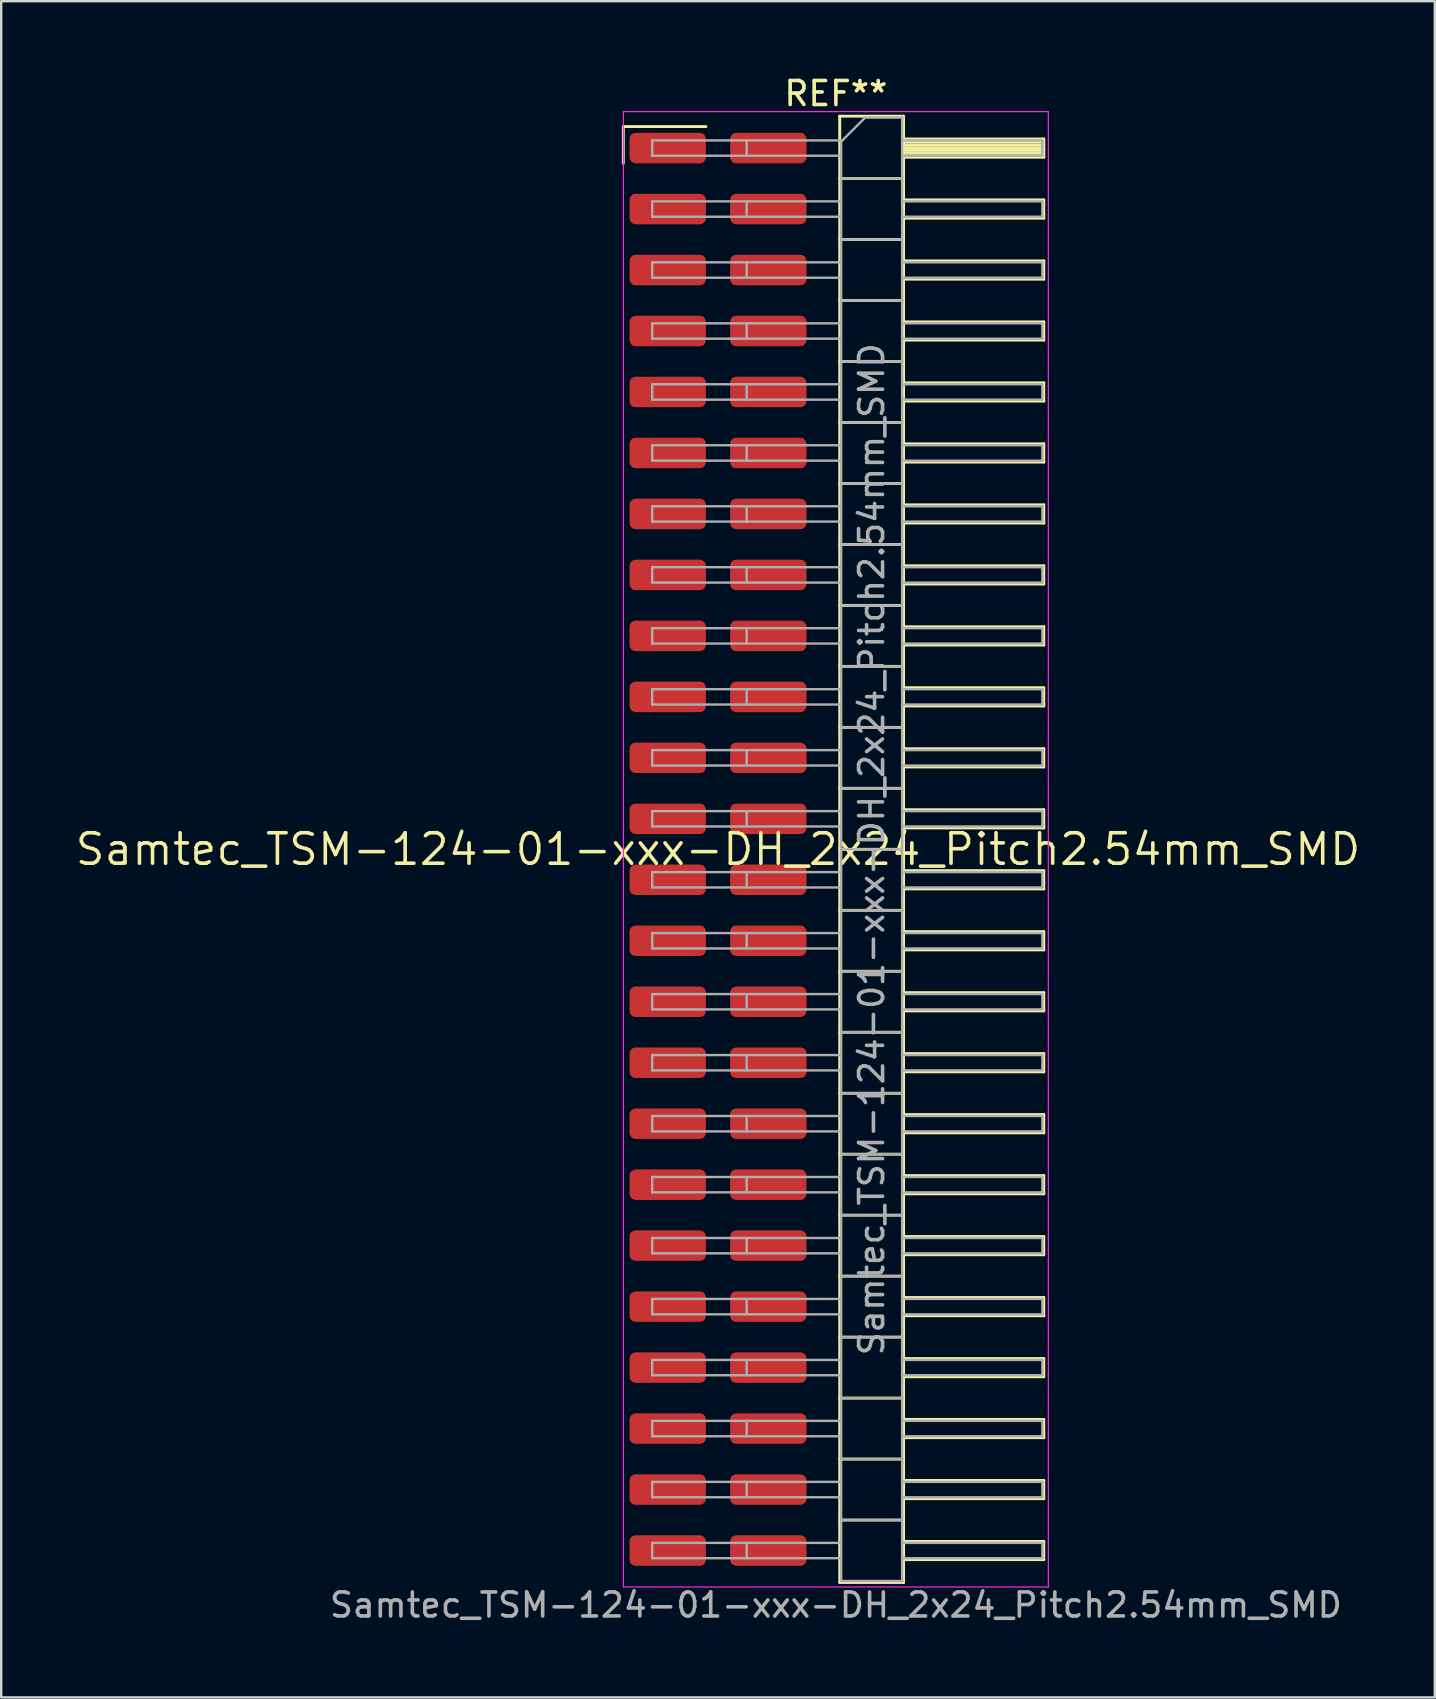
<source format=kicad_pcb>
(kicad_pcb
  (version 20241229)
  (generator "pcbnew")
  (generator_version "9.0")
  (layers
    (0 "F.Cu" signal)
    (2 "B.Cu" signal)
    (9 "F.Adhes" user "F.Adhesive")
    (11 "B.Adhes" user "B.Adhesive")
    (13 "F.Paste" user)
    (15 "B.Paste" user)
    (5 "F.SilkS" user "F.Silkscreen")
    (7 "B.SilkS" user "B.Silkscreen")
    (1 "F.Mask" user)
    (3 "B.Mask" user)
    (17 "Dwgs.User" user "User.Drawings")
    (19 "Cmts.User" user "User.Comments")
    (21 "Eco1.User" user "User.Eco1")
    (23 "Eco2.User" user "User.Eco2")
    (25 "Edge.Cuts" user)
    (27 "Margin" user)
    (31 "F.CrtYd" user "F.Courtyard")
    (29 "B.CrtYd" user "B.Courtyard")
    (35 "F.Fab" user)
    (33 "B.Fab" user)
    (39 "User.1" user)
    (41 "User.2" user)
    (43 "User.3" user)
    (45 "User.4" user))
  (footprint "Samtec_TSM-124-01-xxx-DH_2x24_Pitch2.54mm_SMD"
    (layer "F.Cu")
    (at 26.859 32.328)
    (property "Reference" "Samtec_TSM-124-01-xxx-DH_2x24_Pitch2.54mm_SMD" (at 0 0 0) (layer "F.SilkS") (effects (font (size 1.27 1.27) (thickness 0.15))))
    (attr smd)
    (fp_line (start -3.945 -30.105) (end -0.505 -30.105) (stroke (width 0.12) (type solid)) (layer "F.SilkS"))
    (fp_line (start -3.945 -28.575) (end -3.945 -30.105) (stroke (width 0.12) (type solid)) (layer "F.SilkS"))
    (fp_line (start 5.07 -30.54) (end 7.73 -30.54) (stroke (width 0.12) (type solid)) (layer "F.SilkS"))
    (fp_line (start 5.07 -27.94) (end 7.73 -27.94) (stroke (width 0.12) (type solid)) (layer "F.SilkS"))
    (fp_line (start 5.07 -25.4) (end 7.73 -25.4) (stroke (width 0.12) (type solid)) (layer "F.SilkS"))
    (fp_line (start 5.07 -22.86) (end 7.73 -22.86) (stroke (width 0.12) (type solid)) (layer "F.SilkS"))
    (fp_line (start 5.07 -20.32) (end 7.73 -20.32) (stroke (width 0.12) (type solid)) (layer "F.SilkS"))
    (fp_line (start 5.07 -17.78) (end 7.73 -17.78) (stroke (width 0.12) (type solid)) (layer "F.SilkS"))
    (fp_line (start 5.07 -15.24) (end 7.73 -15.24) (stroke (width 0.12) (type solid)) (layer "F.SilkS"))
    (fp_line (start 5.07 -12.7) (end 7.73 -12.7) (stroke (width 0.12) (type solid)) (layer "F.SilkS"))
    (fp_line (start 5.07 -10.16) (end 7.73 -10.16) (stroke (width 0.12) (type solid)) (layer "F.SilkS"))
    (fp_line (start 5.07 -7.62) (end 7.73 -7.62) (stroke (width 0.12) (type solid)) (layer "F.SilkS"))
    (fp_line (start 5.07 -5.08) (end 7.73 -5.08) (stroke (width 0.12) (type solid)) (layer "F.SilkS"))
    (fp_line (start 5.07 -2.54) (end 7.73 -2.54) (stroke (width 0.12) (type solid)) (layer "F.SilkS"))
    (fp_line (start 5.07 0) (end 7.73 0) (stroke (width 0.12) (type solid)) (layer "F.SilkS"))
    (fp_line (start 5.07 2.54) (end 7.73 2.54) (stroke (width 0.12) (type solid)) (layer "F.SilkS"))
    (fp_line (start 5.07 5.08) (end 7.73 5.08) (stroke (width 0.12) (type solid)) (layer "F.SilkS"))
    (fp_line (start 5.07 7.62) (end 7.73 7.62) (stroke (width 0.12) (type solid)) (layer "F.SilkS"))
    (fp_line (start 5.07 10.16) (end 7.73 10.16) (stroke (width 0.12) (type solid)) (layer "F.SilkS"))
    (fp_line (start 5.07 12.7) (end 7.73 12.7) (stroke (width 0.12) (type solid)) (layer "F.SilkS"))
    (fp_line (start 5.07 15.24) (end 7.73 15.24) (stroke (width 0.12) (type solid)) (layer "F.SilkS"))
    (fp_line (start 5.07 17.78) (end 7.73 17.78) (stroke (width 0.12) (type solid)) (layer "F.SilkS"))
    (fp_line (start 5.07 20.32) (end 7.73 20.32) (stroke (width 0.12) (type solid)) (layer "F.SilkS"))
    (fp_line (start 5.07 22.86) (end 7.73 22.86) (stroke (width 0.12) (type solid)) (layer "F.SilkS"))
    (fp_line (start 5.07 25.4) (end 7.73 25.4) (stroke (width 0.12) (type solid)) (layer "F.SilkS"))
    (fp_line (start 5.07 27.94) (end 7.73 27.94) (stroke (width 0.12) (type solid)) (layer "F.SilkS"))
    (fp_line (start 5.07 30.54) (end 5.07 -30.54) (stroke (width 0.12) (type solid)) (layer "F.SilkS"))
    (fp_line (start 7.73 -30.54) (end 7.73 30.54) (stroke (width 0.12) (type solid)) (layer "F.SilkS"))
    (fp_line (start 7.73 -29.59) (end 13.57 -29.59) (stroke (width 0.12) (type solid)) (layer "F.SilkS"))
    (fp_line (start 7.73 -29.47) (end 13.57 -29.47) (stroke (width 0.12) (type solid)) (layer "F.SilkS"))
    (fp_line (start 7.73 -29.35) (end 13.57 -29.35) (stroke (width 0.12) (type solid)) (layer "F.SilkS"))
    (fp_line (start 7.73 -29.23) (end 13.57 -29.23) (stroke (width 0.12) (type solid)) (layer "F.SilkS"))
    (fp_line (start 7.73 -29.11) (end 13.57 -29.11) (stroke (width 0.12) (type solid)) (layer "F.SilkS"))
    (fp_line (start 7.73 -28.99) (end 13.57 -28.99) (stroke (width 0.12) (type solid)) (layer "F.SilkS"))
    (fp_line (start 7.73 -28.87) (end 13.57 -28.87) (stroke (width 0.12) (type solid)) (layer "F.SilkS"))
    (fp_line (start 7.73 -28.83) (end 13.57 -28.83) (stroke (width 0.12) (type solid)) (layer "F.SilkS"))
    (fp_line (start 7.73 -27.05) (end 13.57 -27.05) (stroke (width 0.12) (type solid)) (layer "F.SilkS"))
    (fp_line (start 7.73 -26.29) (end 13.57 -26.29) (stroke (width 0.12) (type solid)) (layer "F.SilkS"))
    (fp_line (start 7.73 -24.51) (end 13.57 -24.51) (stroke (width 0.12) (type solid)) (layer "F.SilkS"))
    (fp_line (start 7.73 -23.75) (end 13.57 -23.75) (stroke (width 0.12) (type solid)) (layer "F.SilkS"))
    (fp_line (start 7.73 -21.97) (end 13.57 -21.97) (stroke (width 0.12) (type solid)) (layer "F.SilkS"))
    (fp_line (start 7.73 -21.21) (end 13.57 -21.21) (stroke (width 0.12) (type solid)) (layer "F.SilkS"))
    (fp_line (start 7.73 -19.43) (end 13.57 -19.43) (stroke (width 0.12) (type solid)) (layer "F.SilkS"))
    (fp_line (start 7.73 -18.67) (end 13.57 -18.67) (stroke (width 0.12) (type solid)) (layer "F.SilkS"))
    (fp_line (start 7.73 -16.89) (end 13.57 -16.89) (stroke (width 0.12) (type solid)) (layer "F.SilkS"))
    (fp_line (start 7.73 -16.13) (end 13.57 -16.13) (stroke (width 0.12) (type solid)) (layer "F.SilkS"))
    (fp_line (start 7.73 -14.35) (end 13.57 -14.35) (stroke (width 0.12) (type solid)) (layer "F.SilkS"))
    (fp_line (start 7.73 -13.59) (end 13.57 -13.59) (stroke (width 0.12) (type solid)) (layer "F.SilkS"))
    (fp_line (start 7.73 -11.81) (end 13.57 -11.81) (stroke (width 0.12) (type solid)) (layer "F.SilkS"))
    (fp_line (start 7.73 -11.05) (end 13.57 -11.05) (stroke (width 0.12) (type solid)) (layer "F.SilkS"))
    (fp_line (start 7.73 -9.27) (end 13.57 -9.27) (stroke (width 0.12) (type solid)) (layer "F.SilkS"))
    (fp_line (start 7.73 -8.51) (end 13.57 -8.51) (stroke (width 0.12) (type solid)) (layer "F.SilkS"))
    (fp_line (start 7.73 -6.73) (end 13.57 -6.73) (stroke (width 0.12) (type solid)) (layer "F.SilkS"))
    (fp_line (start 7.73 -5.97) (end 13.57 -5.97) (stroke (width 0.12) (type solid)) (layer "F.SilkS"))
    (fp_line (start 7.73 -4.19) (end 13.57 -4.19) (stroke (width 0.12) (type solid)) (layer "F.SilkS"))
    (fp_line (start 7.73 -3.43) (end 13.57 -3.43) (stroke (width 0.12) (type solid)) (layer "F.SilkS"))
    (fp_line (start 7.73 -1.65) (end 13.57 -1.65) (stroke (width 0.12) (type solid)) (layer "F.SilkS"))
    (fp_line (start 7.73 -0.89) (end 13.57 -0.89) (stroke (width 0.12) (type solid)) (layer "F.SilkS"))
    (fp_line (start 7.73 0.89) (end 13.57 0.89) (stroke (width 0.12) (type solid)) (layer "F.SilkS"))
    (fp_line (start 7.73 1.65) (end 13.57 1.65) (stroke (width 0.12) (type solid)) (layer "F.SilkS"))
    (fp_line (start 7.73 3.43) (end 13.57 3.43) (stroke (width 0.12) (type solid)) (layer "F.SilkS"))
    (fp_line (start 7.73 4.19) (end 13.57 4.19) (stroke (width 0.12) (type solid)) (layer "F.SilkS"))
    (fp_line (start 7.73 5.97) (end 13.57 5.97) (stroke (width 0.12) (type solid)) (layer "F.SilkS"))
    (fp_line (start 7.73 6.73) (end 13.57 6.73) (stroke (width 0.12) (type solid)) (layer "F.SilkS"))
    (fp_line (start 7.73 8.51) (end 13.57 8.51) (stroke (width 0.12) (type solid)) (layer "F.SilkS"))
    (fp_line (start 7.73 9.27) (end 13.57 9.27) (stroke (width 0.12) (type solid)) (layer "F.SilkS"))
    (fp_line (start 7.73 11.05) (end 13.57 11.05) (stroke (width 0.12) (type solid)) (layer "F.SilkS"))
    (fp_line (start 7.73 11.81) (end 13.57 11.81) (stroke (width 0.12) (type solid)) (layer "F.SilkS"))
    (fp_line (start 7.73 13.59) (end 13.57 13.59) (stroke (width 0.12) (type solid)) (layer "F.SilkS"))
    (fp_line (start 7.73 14.35) (end 13.57 14.35) (stroke (width 0.12) (type solid)) (layer "F.SilkS"))
    (fp_line (start 7.73 16.13) (end 13.57 16.13) (stroke (width 0.12) (type solid)) (layer "F.SilkS"))
    (fp_line (start 7.73 16.89) (end 13.57 16.89) (stroke (width 0.12) (type solid)) (layer "F.SilkS"))
    (fp_line (start 7.73 18.67) (end 13.57 18.67) (stroke (width 0.12) (type solid)) (layer "F.SilkS"))
    (fp_line (start 7.73 19.43) (end 13.57 19.43) (stroke (width 0.12) (type solid)) (layer "F.SilkS"))
    (fp_line (start 7.73 21.21) (end 13.57 21.21) (stroke (width 0.12) (type solid)) (layer "F.SilkS"))
    (fp_line (start 7.73 21.97) (end 13.57 21.97) (stroke (width 0.12) (type solid)) (layer "F.SilkS"))
    (fp_line (start 7.73 23.75) (end 13.57 23.75) (stroke (width 0.12) (type solid)) (layer "F.SilkS"))
    (fp_line (start 7.73 24.51) (end 13.57 24.51) (stroke (width 0.12) (type solid)) (layer "F.SilkS"))
    (fp_line (start 7.73 26.29) (end 13.57 26.29) (stroke (width 0.12) (type solid)) (layer "F.SilkS"))
    (fp_line (start 7.73 27.05) (end 13.57 27.05) (stroke (width 0.12) (type solid)) (layer "F.SilkS"))
    (fp_line (start 7.73 28.83) (end 13.57 28.83) (stroke (width 0.12) (type solid)) (layer "F.SilkS"))
    (fp_line (start 7.73 29.59) (end 13.57 29.59) (stroke (width 0.12) (type solid)) (layer "F.SilkS"))
    (fp_line (start 7.73 30.54) (end 5.07 30.54) (stroke (width 0.12) (type solid)) (layer "F.SilkS"))
    (fp_line (start 13.57 -29.59) (end 13.57 -28.83) (stroke (width 0.12) (type solid)) (layer "F.SilkS"))
    (fp_line (start 13.57 -27.05) (end 13.57 -26.29) (stroke (width 0.12) (type solid)) (layer "F.SilkS"))
    (fp_line (start 13.57 -24.51) (end 13.57 -23.75) (stroke (width 0.12) (type solid)) (layer "F.SilkS"))
    (fp_line (start 13.57 -21.97) (end 13.57 -21.21) (stroke (width 0.12) (type solid)) (layer "F.SilkS"))
    (fp_line (start 13.57 -19.43) (end 13.57 -18.67) (stroke (width 0.12) (type solid)) (layer "F.SilkS"))
    (fp_line (start 13.57 -16.89) (end 13.57 -16.13) (stroke (width 0.12) (type solid)) (layer "F.SilkS"))
    (fp_line (start 13.57 -14.35) (end 13.57 -13.59) (stroke (width 0.12) (type solid)) (layer "F.SilkS"))
    (fp_line (start 13.57 -11.81) (end 13.57 -11.05) (stroke (width 0.12) (type solid)) (layer "F.SilkS"))
    (fp_line (start 13.57 -9.27) (end 13.57 -8.51) (stroke (width 0.12) (type solid)) (layer "F.SilkS"))
    (fp_line (start 13.57 -6.73) (end 13.57 -5.97) (stroke (width 0.12) (type solid)) (layer "F.SilkS"))
    (fp_line (start 13.57 -4.19) (end 13.57 -3.43) (stroke (width 0.12) (type solid)) (layer "F.SilkS"))
    (fp_line (start 13.57 -1.65) (end 13.57 -0.89) (stroke (width 0.12) (type solid)) (layer "F.SilkS"))
    (fp_line (start 13.57 0.89) (end 13.57 1.65) (stroke (width 0.12) (type solid)) (layer "F.SilkS"))
    (fp_line (start 13.57 3.43) (end 13.57 4.19) (stroke (width 0.12) (type solid)) (layer "F.SilkS"))
    (fp_line (start 13.57 5.97) (end 13.57 6.73) (stroke (width 0.12) (type solid)) (layer "F.SilkS"))
    (fp_line (start 13.57 8.51) (end 13.57 9.27) (stroke (width 0.12) (type solid)) (layer "F.SilkS"))
    (fp_line (start 13.57 11.05) (end 13.57 11.81) (stroke (width 0.12) (type solid)) (layer "F.SilkS"))
    (fp_line (start 13.57 13.59) (end 13.57 14.35) (stroke (width 0.12) (type solid)) (layer "F.SilkS"))
    (fp_line (start 13.57 16.13) (end 13.57 16.89) (stroke (width 0.12) (type solid)) (layer "F.SilkS"))
    (fp_line (start 13.57 18.67) (end 13.57 19.43) (stroke (width 0.12) (type solid)) (layer "F.SilkS"))
    (fp_line (start 13.57 21.21) (end 13.57 21.97) (stroke (width 0.12) (type solid)) (layer "F.SilkS"))
    (fp_line (start 13.57 23.75) (end 13.57 24.51) (stroke (width 0.12) (type solid)) (layer "F.SilkS"))
    (fp_line (start 13.57 26.29) (end 13.57 27.05) (stroke (width 0.12) (type solid)) (layer "F.SilkS"))
    (fp_line (start 13.57 28.83) (end 13.57 29.59) (stroke (width 0.12) (type solid)) (layer "F.SilkS"))
    (fp_line (start -3.94 -30.73) (end 13.76 -30.73) (stroke (width 0.05) (type solid)) (layer "F.CrtYd"))
    (fp_line (start -3.94 30.73) (end -3.94 -30.73) (stroke (width 0.05) (type solid)) (layer "F.CrtYd"))
    (fp_line (start 13.76 -30.73) (end 13.76 30.73) (stroke (width 0.05) (type solid)) (layer "F.CrtYd"))
    (fp_line (start 13.76 30.73) (end -3.94 30.73) (stroke (width 0.05) (type solid)) (layer "F.CrtYd"))
    (fp_line (start -2.74 -29.53) (end -2.74 -28.89) (stroke (width 0.1) (type solid)) (layer "F.Fab"))
    (fp_line (start -2.74 -29.53) (end 5.13 -29.53) (stroke (width 0.1) (type solid)) (layer "F.Fab"))
    (fp_line (start -2.74 -28.89) (end 5.13 -28.89) (stroke (width 0.1) (type solid)) (layer "F.Fab"))
    (fp_line (start -2.74 -26.99) (end -2.74 -26.35) (stroke (width 0.1) (type solid)) (layer "F.Fab"))
    (fp_line (start -2.74 -26.99) (end 5.13 -26.99) (stroke (width 0.1) (type solid)) (layer "F.Fab"))
    (fp_line (start -2.74 -26.35) (end 5.13 -26.35) (stroke (width 0.1) (type solid)) (layer "F.Fab"))
    (fp_line (start -2.74 -24.45) (end -2.74 -23.81) (stroke (width 0.1) (type solid)) (layer "F.Fab"))
    (fp_line (start -2.74 -24.45) (end 5.13 -24.45) (stroke (width 0.1) (type solid)) (layer "F.Fab"))
    (fp_line (start -2.74 -23.81) (end 5.13 -23.81) (stroke (width 0.1) (type solid)) (layer "F.Fab"))
    (fp_line (start -2.74 -21.91) (end -2.74 -21.27) (stroke (width 0.1) (type solid)) (layer "F.Fab"))
    (fp_line (start -2.74 -21.91) (end 5.13 -21.91) (stroke (width 0.1) (type solid)) (layer "F.Fab"))
    (fp_line (start -2.74 -21.27) (end 5.13 -21.27) (stroke (width 0.1) (type solid)) (layer "F.Fab"))
    (fp_line (start -2.74 -19.37) (end -2.74 -18.73) (stroke (width 0.1) (type solid)) (layer "F.Fab"))
    (fp_line (start -2.74 -19.37) (end 5.13 -19.37) (stroke (width 0.1) (type solid)) (layer "F.Fab"))
    (fp_line (start -2.74 -18.73) (end 5.13 -18.73) (stroke (width 0.1) (type solid)) (layer "F.Fab"))
    (fp_line (start -2.74 -16.83) (end -2.74 -16.19) (stroke (width 0.1) (type solid)) (layer "F.Fab"))
    (fp_line (start -2.74 -16.83) (end 5.13 -16.83) (stroke (width 0.1) (type solid)) (layer "F.Fab"))
    (fp_line (start -2.74 -16.19) (end 5.13 -16.19) (stroke (width 0.1) (type solid)) (layer "F.Fab"))
    (fp_line (start -2.74 -14.29) (end -2.74 -13.65) (stroke (width 0.1) (type solid)) (layer "F.Fab"))
    (fp_line (start -2.74 -14.29) (end 5.13 -14.29) (stroke (width 0.1) (type solid)) (layer "F.Fab"))
    (fp_line (start -2.74 -13.65) (end 5.13 -13.65) (stroke (width 0.1) (type solid)) (layer "F.Fab"))
    (fp_line (start -2.74 -11.75) (end -2.74 -11.11) (stroke (width 0.1) (type solid)) (layer "F.Fab"))
    (fp_line (start -2.74 -11.75) (end 5.13 -11.75) (stroke (width 0.1) (type solid)) (layer "F.Fab"))
    (fp_line (start -2.74 -11.11) (end 5.13 -11.11) (stroke (width 0.1) (type solid)) (layer "F.Fab"))
    (fp_line (start -2.74 -9.21) (end -2.74 -8.57) (stroke (width 0.1) (type solid)) (layer "F.Fab"))
    (fp_line (start -2.74 -9.21) (end 5.13 -9.21) (stroke (width 0.1) (type solid)) (layer "F.Fab"))
    (fp_line (start -2.74 -8.57) (end 5.13 -8.57) (stroke (width 0.1) (type solid)) (layer "F.Fab"))
    (fp_line (start -2.74 -6.67) (end -2.74 -6.03) (stroke (width 0.1) (type solid)) (layer "F.Fab"))
    (fp_line (start -2.74 -6.67) (end 5.13 -6.67) (stroke (width 0.1) (type solid)) (layer "F.Fab"))
    (fp_line (start -2.74 -6.03) (end 5.13 -6.03) (stroke (width 0.1) (type solid)) (layer "F.Fab"))
    (fp_line (start -2.74 -4.13) (end -2.74 -3.49) (stroke (width 0.1) (type solid)) (layer "F.Fab"))
    (fp_line (start -2.74 -4.13) (end 5.13 -4.13) (stroke (width 0.1) (type solid)) (layer "F.Fab"))
    (fp_line (start -2.74 -3.49) (end 5.13 -3.49) (stroke (width 0.1) (type solid)) (layer "F.Fab"))
    (fp_line (start -2.74 -1.59) (end -2.74 -0.95) (stroke (width 0.1) (type solid)) (layer "F.Fab"))
    (fp_line (start -2.74 -1.59) (end 5.13 -1.59) (stroke (width 0.1) (type solid)) (layer "F.Fab"))
    (fp_line (start -2.74 -0.95) (end 5.13 -0.95) (stroke (width 0.1) (type solid)) (layer "F.Fab"))
    (fp_line (start -2.74 0.95) (end -2.74 1.59) (stroke (width 0.1) (type solid)) (layer "F.Fab"))
    (fp_line (start -2.74 0.95) (end 5.13 0.95) (stroke (width 0.1) (type solid)) (layer "F.Fab"))
    (fp_line (start -2.74 1.59) (end 5.13 1.59) (stroke (width 0.1) (type solid)) (layer "F.Fab"))
    (fp_line (start -2.74 3.49) (end -2.74 4.13) (stroke (width 0.1) (type solid)) (layer "F.Fab"))
    (fp_line (start -2.74 3.49) (end 5.13 3.49) (stroke (width 0.1) (type solid)) (layer "F.Fab"))
    (fp_line (start -2.74 4.13) (end 5.13 4.13) (stroke (width 0.1) (type solid)) (layer "F.Fab"))
    (fp_line (start -2.74 6.03) (end -2.74 6.67) (stroke (width 0.1) (type solid)) (layer "F.Fab"))
    (fp_line (start -2.74 6.03) (end 5.13 6.03) (stroke (width 0.1) (type solid)) (layer "F.Fab"))
    (fp_line (start -2.74 6.67) (end 5.13 6.67) (stroke (width 0.1) (type solid)) (layer "F.Fab"))
    (fp_line (start -2.74 8.57) (end -2.74 9.21) (stroke (width 0.1) (type solid)) (layer "F.Fab"))
    (fp_line (start -2.74 8.57) (end 5.13 8.57) (stroke (width 0.1) (type solid)) (layer "F.Fab"))
    (fp_line (start -2.74 9.21) (end 5.13 9.21) (stroke (width 0.1) (type solid)) (layer "F.Fab"))
    (fp_line (start -2.74 11.11) (end -2.74 11.75) (stroke (width 0.1) (type solid)) (layer "F.Fab"))
    (fp_line (start -2.74 11.11) (end 5.13 11.11) (stroke (width 0.1) (type solid)) (layer "F.Fab"))
    (fp_line (start -2.74 11.75) (end 5.13 11.75) (stroke (width 0.1) (type solid)) (layer "F.Fab"))
    (fp_line (start -2.74 13.65) (end -2.74 14.29) (stroke (width 0.1) (type solid)) (layer "F.Fab"))
    (fp_line (start -2.74 13.65) (end 5.13 13.65) (stroke (width 0.1) (type solid)) (layer "F.Fab"))
    (fp_line (start -2.74 14.29) (end 5.13 14.29) (stroke (width 0.1) (type solid)) (layer "F.Fab"))
    (fp_line (start -2.74 16.19) (end -2.74 16.83) (stroke (width 0.1) (type solid)) (layer "F.Fab"))
    (fp_line (start -2.74 16.19) (end 5.13 16.19) (stroke (width 0.1) (type solid)) (layer "F.Fab"))
    (fp_line (start -2.74 16.83) (end 5.13 16.83) (stroke (width 0.1) (type solid)) (layer "F.Fab"))
    (fp_line (start -2.74 18.73) (end -2.74 19.37) (stroke (width 0.1) (type solid)) (layer "F.Fab"))
    (fp_line (start -2.74 18.73) (end 5.13 18.73) (stroke (width 0.1) (type solid)) (layer "F.Fab"))
    (fp_line (start -2.74 19.37) (end 5.13 19.37) (stroke (width 0.1) (type solid)) (layer "F.Fab"))
    (fp_line (start -2.74 21.27) (end -2.74 21.91) (stroke (width 0.1) (type solid)) (layer "F.Fab"))
    (fp_line (start -2.74 21.27) (end 5.13 21.27) (stroke (width 0.1) (type solid)) (layer "F.Fab"))
    (fp_line (start -2.74 21.91) (end 5.13 21.91) (stroke (width 0.1) (type solid)) (layer "F.Fab"))
    (fp_line (start -2.74 23.81) (end -2.74 24.45) (stroke (width 0.1) (type solid)) (layer "F.Fab"))
    (fp_line (start -2.74 23.81) (end 5.13 23.81) (stroke (width 0.1) (type solid)) (layer "F.Fab"))
    (fp_line (start -2.74 24.45) (end 5.13 24.45) (stroke (width 0.1) (type solid)) (layer "F.Fab"))
    (fp_line (start -2.74 26.35) (end -2.74 26.99) (stroke (width 0.1) (type solid)) (layer "F.Fab"))
    (fp_line (start -2.74 26.35) (end 5.13 26.35) (stroke (width 0.1) (type solid)) (layer "F.Fab"))
    (fp_line (start -2.74 26.99) (end 5.13 26.99) (stroke (width 0.1) (type solid)) (layer "F.Fab"))
    (fp_line (start -2.74 28.89) (end -2.74 29.53) (stroke (width 0.1) (type solid)) (layer "F.Fab"))
    (fp_line (start -2.74 28.89) (end 5.13 28.89) (stroke (width 0.1) (type solid)) (layer "F.Fab"))
    (fp_line (start -2.74 29.53) (end 5.13 29.53) (stroke (width 0.1) (type solid)) (layer "F.Fab"))
    (fp_line (start 1.195 -29.53) (end 1.195 -28.89) (stroke (width 0.1) (type solid)) (layer "F.Fab"))
    (fp_line (start 1.195 -26.99) (end 1.195 -26.35) (stroke (width 0.1) (type solid)) (layer "F.Fab"))
    (fp_line (start 1.195 -24.45) (end 1.195 -23.81) (stroke (width 0.1) (type solid)) (layer "F.Fab"))
    (fp_line (start 1.195 -21.91) (end 1.195 -21.27) (stroke (width 0.1) (type solid)) (layer "F.Fab"))
    (fp_line (start 1.195 -19.37) (end 1.195 -18.73) (stroke (width 0.1) (type solid)) (layer "F.Fab"))
    (fp_line (start 1.195 -16.83) (end 1.195 -16.19) (stroke (width 0.1) (type solid)) (layer "F.Fab"))
    (fp_line (start 1.195 -14.29) (end 1.195 -13.65) (stroke (width 0.1) (type solid)) (layer "F.Fab"))
    (fp_line (start 1.195 -11.75) (end 1.195 -11.11) (stroke (width 0.1) (type solid)) (layer "F.Fab"))
    (fp_line (start 1.195 -9.21) (end 1.195 -8.57) (stroke (width 0.1) (type solid)) (layer "F.Fab"))
    (fp_line (start 1.195 -6.67) (end 1.195 -6.03) (stroke (width 0.1) (type solid)) (layer "F.Fab"))
    (fp_line (start 1.195 -4.13) (end 1.195 -3.49) (stroke (width 0.1) (type solid)) (layer "F.Fab"))
    (fp_line (start 1.195 -1.59) (end 1.195 -0.95) (stroke (width 0.1) (type solid)) (layer "F.Fab"))
    (fp_line (start 1.195 0.95) (end 1.195 1.59) (stroke (width 0.1) (type solid)) (layer "F.Fab"))
    (fp_line (start 1.195 3.49) (end 1.195 4.13) (stroke (width 0.1) (type solid)) (layer "F.Fab"))
    (fp_line (start 1.195 6.03) (end 1.195 6.67) (stroke (width 0.1) (type solid)) (layer "F.Fab"))
    (fp_line (start 1.195 8.57) (end 1.195 9.21) (stroke (width 0.1) (type solid)) (layer "F.Fab"))
    (fp_line (start 1.195 11.11) (end 1.195 11.75) (stroke (width 0.1) (type solid)) (layer "F.Fab"))
    (fp_line (start 1.195 13.65) (end 1.195 14.29) (stroke (width 0.1) (type solid)) (layer "F.Fab"))
    (fp_line (start 1.195 16.19) (end 1.195 16.83) (stroke (width 0.1) (type solid)) (layer "F.Fab"))
    (fp_line (start 1.195 18.73) (end 1.195 19.37) (stroke (width 0.1) (type solid)) (layer "F.Fab"))
    (fp_line (start 1.195 21.27) (end 1.195 21.91) (stroke (width 0.1) (type solid)) (layer "F.Fab"))
    (fp_line (start 1.195 23.81) (end 1.195 24.45) (stroke (width 0.1) (type solid)) (layer "F.Fab"))
    (fp_line (start 1.195 26.35) (end 1.195 26.99) (stroke (width 0.1) (type solid)) (layer "F.Fab"))
    (fp_line (start 1.195 28.89) (end 1.195 29.53) (stroke (width 0.1) (type solid)) (layer "F.Fab"))
    (fp_line (start 5.13 -29.48) (end 6.13 -30.48) (stroke (width 0.1) (type solid)) (layer "F.Fab"))
    (fp_line (start 5.13 -27.94) (end 7.67 -27.94) (stroke (width 0.1) (type solid)) (layer "F.Fab"))
    (fp_line (start 5.13 -25.4) (end 7.67 -25.4) (stroke (width 0.1) (type solid)) (layer "F.Fab"))
    (fp_line (start 5.13 -22.86) (end 7.67 -22.86) (stroke (width 0.1) (type solid)) (layer "F.Fab"))
    (fp_line (start 5.13 -20.32) (end 7.67 -20.32) (stroke (width 0.1) (type solid)) (layer "F.Fab"))
    (fp_line (start 5.13 -17.78) (end 7.67 -17.78) (stroke (width 0.1) (type solid)) (layer "F.Fab"))
    (fp_line (start 5.13 -15.24) (end 7.67 -15.24) (stroke (width 0.1) (type solid)) (layer "F.Fab"))
    (fp_line (start 5.13 -12.7) (end 7.67 -12.7) (stroke (width 0.1) (type solid)) (layer "F.Fab"))
    (fp_line (start 5.13 -10.16) (end 7.67 -10.16) (stroke (width 0.1) (type solid)) (layer "F.Fab"))
    (fp_line (start 5.13 -7.62) (end 7.67 -7.62) (stroke (width 0.1) (type solid)) (layer "F.Fab"))
    (fp_line (start 5.13 -5.08) (end 7.67 -5.08) (stroke (width 0.1) (type solid)) (layer "F.Fab"))
    (fp_line (start 5.13 -2.54) (end 7.67 -2.54) (stroke (width 0.1) (type solid)) (layer "F.Fab"))
    (fp_line (start 5.13 0) (end 7.67 0) (stroke (width 0.1) (type solid)) (layer "F.Fab"))
    (fp_line (start 5.13 2.54) (end 7.67 2.54) (stroke (width 0.1) (type solid)) (layer "F.Fab"))
    (fp_line (start 5.13 5.08) (end 7.67 5.08) (stroke (width 0.1) (type solid)) (layer "F.Fab"))
    (fp_line (start 5.13 7.62) (end 7.67 7.62) (stroke (width 0.1) (type solid)) (layer "F.Fab"))
    (fp_line (start 5.13 10.16) (end 7.67 10.16) (stroke (width 0.1) (type solid)) (layer "F.Fab"))
    (fp_line (start 5.13 12.7) (end 7.67 12.7) (stroke (width 0.1) (type solid)) (layer "F.Fab"))
    (fp_line (start 5.13 15.24) (end 7.67 15.24) (stroke (width 0.1) (type solid)) (layer "F.Fab"))
    (fp_line (start 5.13 17.78) (end 7.67 17.78) (stroke (width 0.1) (type solid)) (layer "F.Fab"))
    (fp_line (start 5.13 20.32) (end 7.67 20.32) (stroke (width 0.1) (type solid)) (layer "F.Fab"))
    (fp_line (start 5.13 22.86) (end 7.67 22.86) (stroke (width 0.1) (type solid)) (layer "F.Fab"))
    (fp_line (start 5.13 25.4) (end 7.67 25.4) (stroke (width 0.1) (type solid)) (layer "F.Fab"))
    (fp_line (start 5.13 27.94) (end 7.67 27.94) (stroke (width 0.1) (type solid)) (layer "F.Fab"))
    (fp_line (start 5.13 30.48) (end 5.13 -29.48) (stroke (width 0.1) (type solid)) (layer "F.Fab"))
    (fp_line (start 6.13 -30.48) (end 7.67 -30.48) (stroke (width 0.1) (type solid)) (layer "F.Fab"))
    (fp_line (start 7.67 -30.48) (end 7.67 30.48) (stroke (width 0.1) (type solid)) (layer "F.Fab"))
    (fp_line (start 7.67 -29.53) (end 13.51 -29.53) (stroke (width 0.1) (type solid)) (layer "F.Fab"))
    (fp_line (start 7.67 -28.89) (end 13.51 -28.89) (stroke (width 0.1) (type solid)) (layer "F.Fab"))
    (fp_line (start 7.67 -26.99) (end 13.51 -26.99) (stroke (width 0.1) (type solid)) (layer "F.Fab"))
    (fp_line (start 7.67 -26.35) (end 13.51 -26.35) (stroke (width 0.1) (type solid)) (layer "F.Fab"))
    (fp_line (start 7.67 -24.45) (end 13.51 -24.45) (stroke (width 0.1) (type solid)) (layer "F.Fab"))
    (fp_line (start 7.67 -23.81) (end 13.51 -23.81) (stroke (width 0.1) (type solid)) (layer "F.Fab"))
    (fp_line (start 7.67 -21.91) (end 13.51 -21.91) (stroke (width 0.1) (type solid)) (layer "F.Fab"))
    (fp_line (start 7.67 -21.27) (end 13.51 -21.27) (stroke (width 0.1) (type solid)) (layer "F.Fab"))
    (fp_line (start 7.67 -19.37) (end 13.51 -19.37) (stroke (width 0.1) (type solid)) (layer "F.Fab"))
    (fp_line (start 7.67 -18.73) (end 13.51 -18.73) (stroke (width 0.1) (type solid)) (layer "F.Fab"))
    (fp_line (start 7.67 -16.83) (end 13.51 -16.83) (stroke (width 0.1) (type solid)) (layer "F.Fab"))
    (fp_line (start 7.67 -16.19) (end 13.51 -16.19) (stroke (width 0.1) (type solid)) (layer "F.Fab"))
    (fp_line (start 7.67 -14.29) (end 13.51 -14.29) (stroke (width 0.1) (type solid)) (layer "F.Fab"))
    (fp_line (start 7.67 -13.65) (end 13.51 -13.65) (stroke (width 0.1) (type solid)) (layer "F.Fab"))
    (fp_line (start 7.67 -11.75) (end 13.51 -11.75) (stroke (width 0.1) (type solid)) (layer "F.Fab"))
    (fp_line (start 7.67 -11.11) (end 13.51 -11.11) (stroke (width 0.1) (type solid)) (layer "F.Fab"))
    (fp_line (start 7.67 -9.21) (end 13.51 -9.21) (stroke (width 0.1) (type solid)) (layer "F.Fab"))
    (fp_line (start 7.67 -8.57) (end 13.51 -8.57) (stroke (width 0.1) (type solid)) (layer "F.Fab"))
    (fp_line (start 7.67 -6.67) (end 13.51 -6.67) (stroke (width 0.1) (type solid)) (layer "F.Fab"))
    (fp_line (start 7.67 -6.03) (end 13.51 -6.03) (stroke (width 0.1) (type solid)) (layer "F.Fab"))
    (fp_line (start 7.67 -4.13) (end 13.51 -4.13) (stroke (width 0.1) (type solid)) (layer "F.Fab"))
    (fp_line (start 7.67 -3.49) (end 13.51 -3.49) (stroke (width 0.1) (type solid)) (layer "F.Fab"))
    (fp_line (start 7.67 -1.59) (end 13.51 -1.59) (stroke (width 0.1) (type solid)) (layer "F.Fab"))
    (fp_line (start 7.67 -0.95) (end 13.51 -0.95) (stroke (width 0.1) (type solid)) (layer "F.Fab"))
    (fp_line (start 7.67 0.95) (end 13.51 0.95) (stroke (width 0.1) (type solid)) (layer "F.Fab"))
    (fp_line (start 7.67 1.59) (end 13.51 1.59) (stroke (width 0.1) (type solid)) (layer "F.Fab"))
    (fp_line (start 7.67 3.49) (end 13.51 3.49) (stroke (width 0.1) (type solid)) (layer "F.Fab"))
    (fp_line (start 7.67 4.13) (end 13.51 4.13) (stroke (width 0.1) (type solid)) (layer "F.Fab"))
    (fp_line (start 7.67 6.03) (end 13.51 6.03) (stroke (width 0.1) (type solid)) (layer "F.Fab"))
    (fp_line (start 7.67 6.67) (end 13.51 6.67) (stroke (width 0.1) (type solid)) (layer "F.Fab"))
    (fp_line (start 7.67 8.57) (end 13.51 8.57) (stroke (width 0.1) (type solid)) (layer "F.Fab"))
    (fp_line (start 7.67 9.21) (end 13.51 9.21) (stroke (width 0.1) (type solid)) (layer "F.Fab"))
    (fp_line (start 7.67 11.11) (end 13.51 11.11) (stroke (width 0.1) (type solid)) (layer "F.Fab"))
    (fp_line (start 7.67 11.75) (end 13.51 11.75) (stroke (width 0.1) (type solid)) (layer "F.Fab"))
    (fp_line (start 7.67 13.65) (end 13.51 13.65) (stroke (width 0.1) (type solid)) (layer "F.Fab"))
    (fp_line (start 7.67 14.29) (end 13.51 14.29) (stroke (width 0.1) (type solid)) (layer "F.Fab"))
    (fp_line (start 7.67 16.19) (end 13.51 16.19) (stroke (width 0.1) (type solid)) (layer "F.Fab"))
    (fp_line (start 7.67 16.83) (end 13.51 16.83) (stroke (width 0.1) (type solid)) (layer "F.Fab"))
    (fp_line (start 7.67 18.73) (end 13.51 18.73) (stroke (width 0.1) (type solid)) (layer "F.Fab"))
    (fp_line (start 7.67 19.37) (end 13.51 19.37) (stroke (width 0.1) (type solid)) (layer "F.Fab"))
    (fp_line (start 7.67 21.27) (end 13.51 21.27) (stroke (width 0.1) (type solid)) (layer "F.Fab"))
    (fp_line (start 7.67 21.91) (end 13.51 21.91) (stroke (width 0.1) (type solid)) (layer "F.Fab"))
    (fp_line (start 7.67 23.81) (end 13.51 23.81) (stroke (width 0.1) (type solid)) (layer "F.Fab"))
    (fp_line (start 7.67 24.45) (end 13.51 24.45) (stroke (width 0.1) (type solid)) (layer "F.Fab"))
    (fp_line (start 7.67 26.35) (end 13.51 26.35) (stroke (width 0.1) (type solid)) (layer "F.Fab"))
    (fp_line (start 7.67 26.99) (end 13.51 26.99) (stroke (width 0.1) (type solid)) (layer "F.Fab"))
    (fp_line (start 7.67 28.89) (end 13.51 28.89) (stroke (width 0.1) (type solid)) (layer "F.Fab"))
    (fp_line (start 7.67 29.53) (end 13.51 29.53) (stroke (width 0.1) (type solid)) (layer "F.Fab"))
    (fp_line (start 7.67 30.48) (end 5.13 30.48) (stroke (width 0.1) (type solid)) (layer "F.Fab"))
    (fp_line (start 13.51 -29.53) (end 13.51 -28.89) (stroke (width 0.1) (type solid)) (layer "F.Fab"))
    (fp_line (start 13.51 -26.99) (end 13.51 -26.35) (stroke (width 0.1) (type solid)) (layer "F.Fab"))
    (fp_line (start 13.51 -24.45) (end 13.51 -23.81) (stroke (width 0.1) (type solid)) (layer "F.Fab"))
    (fp_line (start 13.51 -21.91) (end 13.51 -21.27) (stroke (width 0.1) (type solid)) (layer "F.Fab"))
    (fp_line (start 13.51 -19.37) (end 13.51 -18.73) (stroke (width 0.1) (type solid)) (layer "F.Fab"))
    (fp_line (start 13.51 -16.83) (end 13.51 -16.19) (stroke (width 0.1) (type solid)) (layer "F.Fab"))
    (fp_line (start 13.51 -14.29) (end 13.51 -13.65) (stroke (width 0.1) (type solid)) (layer "F.Fab"))
    (fp_line (start 13.51 -11.75) (end 13.51 -11.11) (stroke (width 0.1) (type solid)) (layer "F.Fab"))
    (fp_line (start 13.51 -9.21) (end 13.51 -8.57) (stroke (width 0.1) (type solid)) (layer "F.Fab"))
    (fp_line (start 13.51 -6.67) (end 13.51 -6.03) (stroke (width 0.1) (type solid)) (layer "F.Fab"))
    (fp_line (start 13.51 -4.13) (end 13.51 -3.49) (stroke (width 0.1) (type solid)) (layer "F.Fab"))
    (fp_line (start 13.51 -1.59) (end 13.51 -0.95) (stroke (width 0.1) (type solid)) (layer "F.Fab"))
    (fp_line (start 13.51 0.95) (end 13.51 1.59) (stroke (width 0.1) (type solid)) (layer "F.Fab"))
    (fp_line (start 13.51 3.49) (end 13.51 4.13) (stroke (width 0.1) (type solid)) (layer "F.Fab"))
    (fp_line (start 13.51 6.03) (end 13.51 6.67) (stroke (width 0.1) (type solid)) (layer "F.Fab"))
    (fp_line (start 13.51 8.57) (end 13.51 9.21) (stroke (width 0.1) (type solid)) (layer "F.Fab"))
    (fp_line (start 13.51 11.11) (end 13.51 11.75) (stroke (width 0.1) (type solid)) (layer "F.Fab"))
    (fp_line (start 13.51 13.65) (end 13.51 14.29) (stroke (width 0.1) (type solid)) (layer "F.Fab"))
    (fp_line (start 13.51 16.19) (end 13.51 16.83) (stroke (width 0.1) (type solid)) (layer "F.Fab"))
    (fp_line (start 13.51 18.73) (end 13.51 19.37) (stroke (width 0.1) (type solid)) (layer "F.Fab"))
    (fp_line (start 13.51 21.27) (end 13.51 21.91) (stroke (width 0.1) (type solid)) (layer "F.Fab"))
    (fp_line (start 13.51 23.81) (end 13.51 24.45) (stroke (width 0.1) (type solid)) (layer "F.Fab"))
    (fp_line (start 13.51 26.35) (end 13.51 26.99) (stroke (width 0.1) (type solid)) (layer "F.Fab"))
    (fp_line (start 13.51 28.89) (end 13.51 29.53) (stroke (width 0.1) (type solid)) (layer "F.Fab"))
    (fp_text user "REF**" (at 4.91 -31.48 0) (layer "F.SilkS") (effects (font (size 1 1) (thickness 0.15))))
    (fp_text user "Samtec_TSM-124-01-xxx-DH_2x24_Pitch2.54mm_SMD" (at 4.91 31.48 0) (layer "F.Fab") (effects (font (size 1 1) (thickness 0.15))))
    (fp_text user "${REFERENCE}" (at 6.4 0 90) (layer "F.Fab") (effects (font (size 1 1) (thickness 0.15))))
    (pad "1" smd roundrect (at -2.095 -29.21) (size 3.18 1.27) (layers "F.Cu" "F.Mask" "F.Paste") (roundrect_rratio 0.197))
    (pad "2" smd roundrect (at 2.095 -29.21) (size 3.18 1.27) (layers "F.Cu" "F.Mask" "F.Paste") (roundrect_rratio 0.197))
    (pad "3" smd roundrect (at -2.095 -26.67) (size 3.18 1.27) (layers "F.Cu" "F.Mask" "F.Paste") (roundrect_rratio 0.197))
    (pad "4" smd roundrect (at 2.095 -26.67) (size 3.18 1.27) (layers "F.Cu" "F.Mask" "F.Paste") (roundrect_rratio 0.197))
    (pad "5" smd roundrect (at -2.095 -24.13) (size 3.18 1.27) (layers "F.Cu" "F.Mask" "F.Paste") (roundrect_rratio 0.197))
    (pad "6" smd roundrect (at 2.095 -24.13) (size 3.18 1.27) (layers "F.Cu" "F.Mask" "F.Paste") (roundrect_rratio 0.197))
    (pad "7" smd roundrect (at -2.095 -21.59) (size 3.18 1.27) (layers "F.Cu" "F.Mask" "F.Paste") (roundrect_rratio 0.197))
    (pad "8" smd roundrect (at 2.095 -21.59) (size 3.18 1.27) (layers "F.Cu" "F.Mask" "F.Paste") (roundrect_rratio 0.197))
    (pad "9" smd roundrect (at -2.095 -19.05) (size 3.18 1.27) (layers "F.Cu" "F.Mask" "F.Paste") (roundrect_rratio 0.197))
    (pad "10" smd roundrect (at 2.095 -19.05) (size 3.18 1.27) (layers "F.Cu" "F.Mask" "F.Paste") (roundrect_rratio 0.197))
    (pad "11" smd roundrect (at -2.095 -16.51) (size 3.18 1.27) (layers "F.Cu" "F.Mask" "F.Paste") (roundrect_rratio 0.197))
    (pad "12" smd roundrect (at 2.095 -16.51) (size 3.18 1.27) (layers "F.Cu" "F.Mask" "F.Paste") (roundrect_rratio 0.197))
    (pad "13" smd roundrect (at -2.095 -13.97) (size 3.18 1.27) (layers "F.Cu" "F.Mask" "F.Paste") (roundrect_rratio 0.197))
    (pad "14" smd roundrect (at 2.095 -13.97) (size 3.18 1.27) (layers "F.Cu" "F.Mask" "F.Paste") (roundrect_rratio 0.197))
    (pad "15" smd roundrect (at -2.095 -11.43) (size 3.18 1.27) (layers "F.Cu" "F.Mask" "F.Paste") (roundrect_rratio 0.197))
    (pad "16" smd roundrect (at 2.095 -11.43) (size 3.18 1.27) (layers "F.Cu" "F.Mask" "F.Paste") (roundrect_rratio 0.197))
    (pad "17" smd roundrect (at -2.095 -8.89) (size 3.18 1.27) (layers "F.Cu" "F.Mask" "F.Paste") (roundrect_rratio 0.197))
    (pad "18" smd roundrect (at 2.095 -8.89) (size 3.18 1.27) (layers "F.Cu" "F.Mask" "F.Paste") (roundrect_rratio 0.197))
    (pad "19" smd roundrect (at -2.095 -6.35) (size 3.18 1.27) (layers "F.Cu" "F.Mask" "F.Paste") (roundrect_rratio 0.197))
    (pad "20" smd roundrect (at 2.095 -6.35) (size 3.18 1.27) (layers "F.Cu" "F.Mask" "F.Paste") (roundrect_rratio 0.197))
    (pad "21" smd roundrect (at -2.095 -3.81) (size 3.18 1.27) (layers "F.Cu" "F.Mask" "F.Paste") (roundrect_rratio 0.197))
    (pad "22" smd roundrect (at 2.095 -3.81) (size 3.18 1.27) (layers "F.Cu" "F.Mask" "F.Paste") (roundrect_rratio 0.197))
    (pad "23" smd roundrect (at -2.095 -1.27) (size 3.18 1.27) (layers "F.Cu" "F.Mask" "F.Paste") (roundrect_rratio 0.197))
    (pad "24" smd roundrect (at 2.095 -1.27) (size 3.18 1.27) (layers "F.Cu" "F.Mask" "F.Paste") (roundrect_rratio 0.197))
    (pad "25" smd roundrect (at -2.095 1.27) (size 3.18 1.27) (layers "F.Cu" "F.Mask" "F.Paste") (roundrect_rratio 0.197))
    (pad "26" smd roundrect (at 2.095 1.27) (size 3.18 1.27) (layers "F.Cu" "F.Mask" "F.Paste") (roundrect_rratio 0.197))
    (pad "27" smd roundrect (at -2.095 3.81) (size 3.18 1.27) (layers "F.Cu" "F.Mask" "F.Paste") (roundrect_rratio 0.197))
    (pad "28" smd roundrect (at 2.095 3.81) (size 3.18 1.27) (layers "F.Cu" "F.Mask" "F.Paste") (roundrect_rratio 0.197))
    (pad "29" smd roundrect (at -2.095 6.35) (size 3.18 1.27) (layers "F.Cu" "F.Mask" "F.Paste") (roundrect_rratio 0.197))
    (pad "30" smd roundrect (at 2.095 6.35) (size 3.18 1.27) (layers "F.Cu" "F.Mask" "F.Paste") (roundrect_rratio 0.197))
    (pad "31" smd roundrect (at -2.095 8.89) (size 3.18 1.27) (layers "F.Cu" "F.Mask" "F.Paste") (roundrect_rratio 0.197))
    (pad "32" smd roundrect (at 2.095 8.89) (size 3.18 1.27) (layers "F.Cu" "F.Mask" "F.Paste") (roundrect_rratio 0.197))
    (pad "33" smd roundrect (at -2.095 11.43) (size 3.18 1.27) (layers "F.Cu" "F.Mask" "F.Paste") (roundrect_rratio 0.197))
    (pad "34" smd roundrect (at 2.095 11.43) (size 3.18 1.27) (layers "F.Cu" "F.Mask" "F.Paste") (roundrect_rratio 0.197))
    (pad "35" smd roundrect (at -2.095 13.97) (size 3.18 1.27) (layers "F.Cu" "F.Mask" "F.Paste") (roundrect_rratio 0.197))
    (pad "36" smd roundrect (at 2.095 13.97) (size 3.18 1.27) (layers "F.Cu" "F.Mask" "F.Paste") (roundrect_rratio 0.197))
    (pad "37" smd roundrect (at -2.095 16.51) (size 3.18 1.27) (layers "F.Cu" "F.Mask" "F.Paste") (roundrect_rratio 0.197))
    (pad "38" smd roundrect (at 2.095 16.51) (size 3.18 1.27) (layers "F.Cu" "F.Mask" "F.Paste") (roundrect_rratio 0.197))
    (pad "39" smd roundrect (at -2.095 19.05) (size 3.18 1.27) (layers "F.Cu" "F.Mask" "F.Paste") (roundrect_rratio 0.197))
    (pad "40" smd roundrect (at 2.095 19.05) (size 3.18 1.27) (layers "F.Cu" "F.Mask" "F.Paste") (roundrect_rratio 0.197))
    (pad "41" smd roundrect (at -2.095 21.59) (size 3.18 1.27) (layers "F.Cu" "F.Mask" "F.Paste") (roundrect_rratio 0.197))
    (pad "42" smd roundrect (at 2.095 21.59) (size 3.18 1.27) (layers "F.Cu" "F.Mask" "F.Paste") (roundrect_rratio 0.197))
    (pad "43" smd roundrect (at -2.095 24.13) (size 3.18 1.27) (layers "F.Cu" "F.Mask" "F.Paste") (roundrect_rratio 0.197))
    (pad "44" smd roundrect (at 2.095 24.13) (size 3.18 1.27) (layers "F.Cu" "F.Mask" "F.Paste") (roundrect_rratio 0.197))
    (pad "45" smd roundrect (at -2.095 26.67) (size 3.18 1.27) (layers "F.Cu" "F.Mask" "F.Paste") (roundrect_rratio 0.197))
    (pad "46" smd roundrect (at 2.095 26.67) (size 3.18 1.27) (layers "F.Cu" "F.Mask" "F.Paste") (roundrect_rratio 0.197))
    (pad "47" smd roundrect (at -2.095 29.21) (size 3.18 1.27) (layers "F.Cu" "F.Mask" "F.Paste") (roundrect_rratio 0.197))
    (pad "48" smd roundrect (at 2.095 29.21) (size 3.18 1.27) (layers "F.Cu" "F.Mask" "F.Paste") (roundrect_rratio 0.197)))
  (gr_rect
    (start -3 -3)
    (end 56.717 67.656)
    (stroke (width 0.1) (type default))
    (fill no)
    (layer "Edge.Cuts")))
</source>
